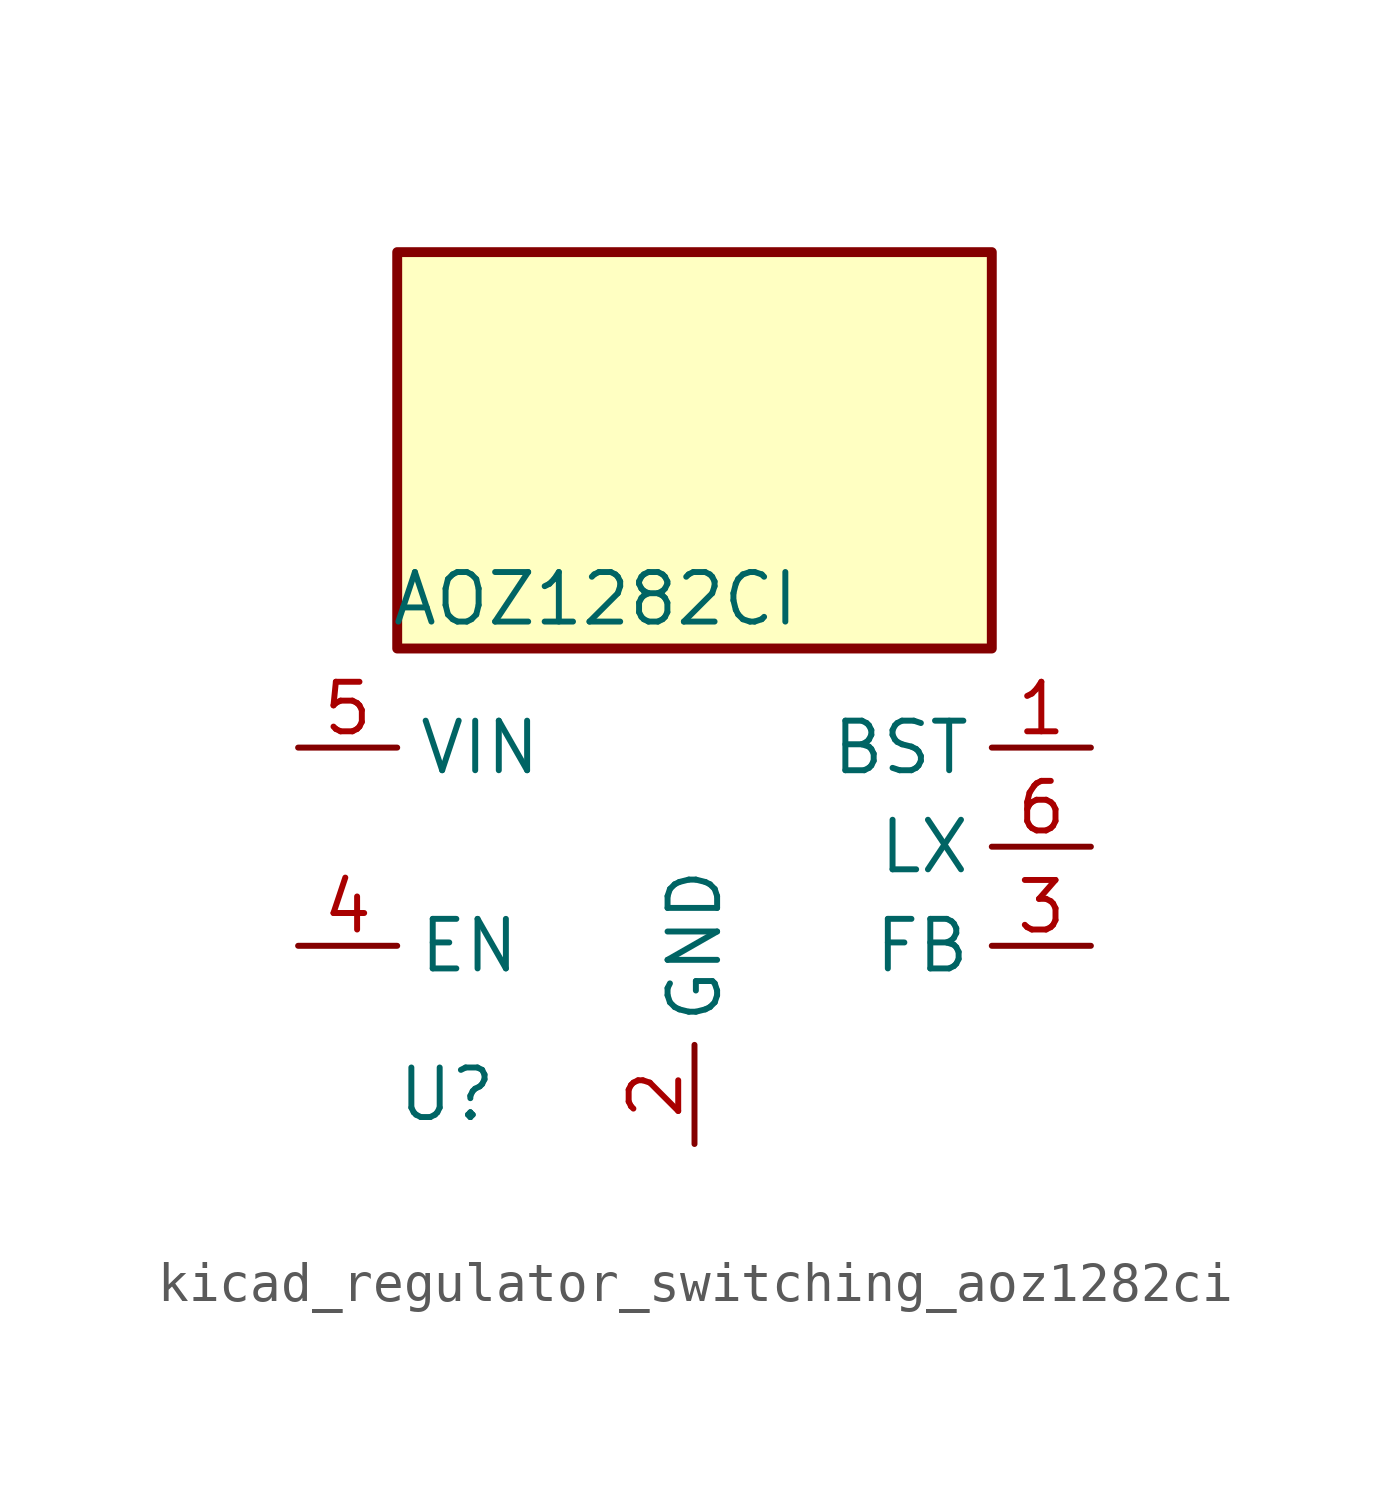
<source format=kicad_sym>
(kicad_symbol_lib
  (version 20220914)
  (generator kicad_symbol_editor)
  (symbol "kicad_regulator_switching_aoz1282ci"
    (property "Reference" "U"
      (at -6.35 -6.35 0)
      (effects (font (size 1.27 1.27))))
    (property "Value" "AOZ1282CI"
      (at -2.54 6.35 0)
      (effects (font (size 1.27 1.27))))
    (symbol "kicad_regulator_switching_aoz1282ci_0_1"
      (rectangle (start 7.62 15.24) (end -7.62 5.08) (stroke (width 0.254) (type default)) (fill (type background))))
    (symbol "kicad_regulator_switching_aoz1282ci_1_1"
      (pin input line (at 10.16 2.54 180) (length 2.54) (name "BST" (effects (font (size 1.27 1.27)))) (number "1" (effects (font (size 1.27 1.27)))))
      (pin power_in line (at 0 -7.62 90) (length 2.54) (name "GND" (effects (font (size 1.27 1.27)))) (number "2" (effects (font (size 1.27 1.27)))))
      (pin input line (at 10.16 -2.54 180) (length 2.54) (name "FB" (effects (font (size 1.27 1.27)))) (number "3" (effects (font (size 1.27 1.27)))))
      (pin input line (at -10.16 -2.54 0) (length 2.54) (name "EN" (effects (font (size 1.27 1.27)))) (number "4" (effects (font (size 1.27 1.27)))))
      (pin power_in line (at -10.16 2.54 0) (length 2.54) (name "VIN" (effects (font (size 1.27 1.27)))) (number "5" (effects (font (size 1.27 1.27)))))
      (pin power_out line (at 10.16 0 180) (length 2.54) (name "LX" (effects (font (size 1.27 1.27)))) (number "6" (effects (font (size 1.27 1.27))))))))
</source>
